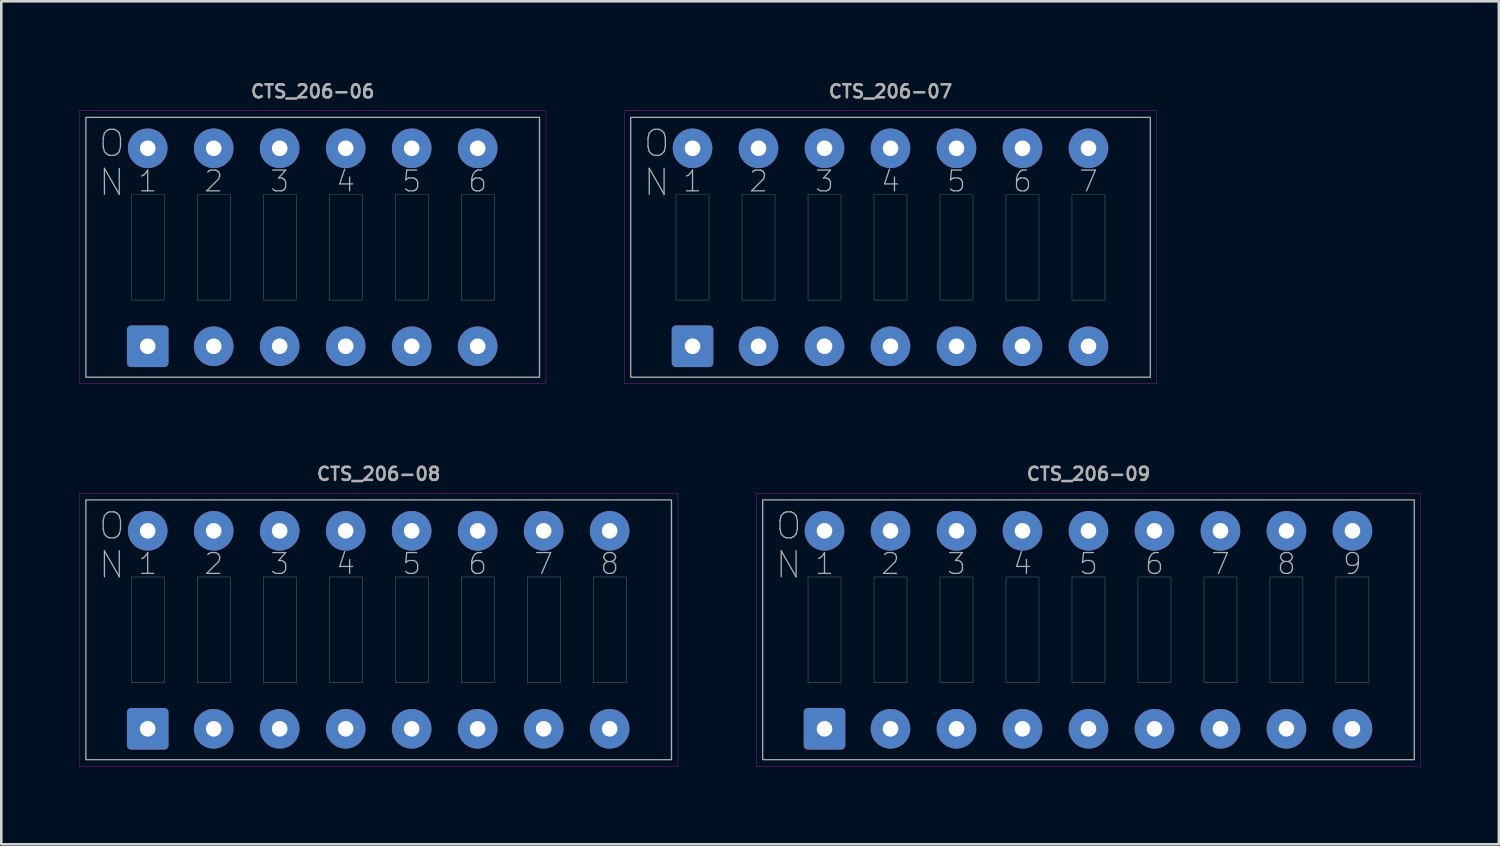
<source format=kicad_pcb>
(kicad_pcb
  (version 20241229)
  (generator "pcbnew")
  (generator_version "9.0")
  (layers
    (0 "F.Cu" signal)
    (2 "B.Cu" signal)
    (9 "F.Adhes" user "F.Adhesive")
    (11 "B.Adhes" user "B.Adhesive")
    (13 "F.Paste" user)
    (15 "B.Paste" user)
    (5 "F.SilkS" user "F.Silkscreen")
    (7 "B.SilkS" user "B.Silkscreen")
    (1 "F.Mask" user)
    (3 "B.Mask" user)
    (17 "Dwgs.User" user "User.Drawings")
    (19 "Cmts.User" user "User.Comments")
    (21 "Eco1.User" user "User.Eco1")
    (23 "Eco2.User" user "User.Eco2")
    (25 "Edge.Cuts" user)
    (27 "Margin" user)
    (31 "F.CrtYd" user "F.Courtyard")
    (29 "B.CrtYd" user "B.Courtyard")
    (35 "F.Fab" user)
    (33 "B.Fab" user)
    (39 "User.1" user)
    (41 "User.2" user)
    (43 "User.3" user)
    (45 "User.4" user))
  (footprint "CTS_206-08"
    (layer "F.Cu")
    (at 11.525 21.191)
    (property "Reference" "CTS_206-08" (at 0 -6 0) (layer "F.Fab") (effects (font (size 0.5 0.5) (thickness 0.1))))
    (attr through_hole)
    (fp_rect (start -11.52 -5.25) (end 11.52 5.25) (stroke (width 0.01) (type solid)) (fill no) (layer "F.CrtYd"))
    (fp_line (start -9.525 0) (end -8.255 0) (stroke (width 0.000254) (type solid)) (layer "F.Fab"))
    (fp_line (start -6.985 0) (end -5.715 0) (stroke (width 0.000254) (type solid)) (layer "F.Fab"))
    (fp_line (start -4.445 0) (end -3.175 0) (stroke (width 0.000254) (type solid)) (layer "F.Fab"))
    (fp_line (start -1.905 0) (end -0.635 0) (stroke (width 0.000254) (type solid)) (layer "F.Fab"))
    (fp_line (start 0.635 0) (end 1.905 0) (stroke (width 0.000254) (type solid)) (layer "F.Fab"))
    (fp_line (start 3.175 0) (end 4.445 0) (stroke (width 0.000254) (type solid)) (layer "F.Fab"))
    (fp_line (start 5.715 0) (end 6.985 0) (stroke (width 0.000254) (type solid)) (layer "F.Fab"))
    (fp_line (start 8.255 0) (end 9.525 0) (stroke (width 0.000254) (type solid)) (layer "F.Fab"))
    (fp_rect (start -11.27 -5) (end 11.27 5) (stroke (width 0.05) (type solid)) (fill no) (layer "F.Fab"))
    (fp_rect (start -9.525 -2.032) (end -8.255 2.032) (stroke (width 0.01) (type solid)) (fill no) (layer "F.Fab"))
    (fp_rect (start -6.985 -2.032) (end -5.715 2.032) (stroke (width 0.01) (type solid)) (fill no) (layer "F.Fab"))
    (fp_rect (start -4.445 -2.032) (end -3.175 2.032) (stroke (width 0.01) (type solid)) (fill no) (layer "F.Fab"))
    (fp_rect (start -1.905 -2.032) (end -0.635 2.032) (stroke (width 0.01) (type solid)) (fill no) (layer "F.Fab"))
    (fp_rect (start 0.635 -2.032) (end 1.905 2.032) (stroke (width 0.01) (type solid)) (fill no) (layer "F.Fab"))
    (fp_rect (start 3.175 -2.032) (end 4.445 2.032) (stroke (width 0.01) (type solid)) (fill no) (layer "F.Fab"))
    (fp_rect (start 5.715 -2.032) (end 6.985 2.032) (stroke (width 0.01) (type solid)) (fill no) (layer "F.Fab"))
    (fp_rect (start 8.255 -2.032) (end 9.525 2.032) (stroke (width 0.01) (type solid)) (fill no) (layer "F.Fab"))
    (fp_text user "N" (at -10.27 -2.5 0) (unlocked yes) (layer "F.Fab") (effects (font (size 1 1) (thickness 0.05))))
    (fp_text user "2" (at -6.35 -2.54 0) (unlocked yes) (layer "F.Fab") (effects (font (size 0.8 0.8) (thickness 0.05))))
    (fp_text user "1" (at -8.89 -2.54 0) (unlocked yes) (layer "F.Fab") (effects (font (size 0.8 0.8) (thickness 0.05))))
    (fp_text user "3" (at -3.81 -2.54 0) (unlocked yes) (layer "F.Fab") (effects (font (size 0.8 0.8) (thickness 0.05))))
    (fp_text user "8" (at 8.89 -2.54 0) (unlocked yes) (layer "F.Fab") (effects (font (size 0.8 0.8) (thickness 0.05))))
    (fp_text user "O" (at -10.27 -4 0) (unlocked yes) (layer "F.Fab") (effects (font (size 1 1) (thickness 0.05))))
    (fp_text user "6" (at 3.81 -2.54 0) (unlocked yes) (layer "F.Fab") (effects (font (size 0.8 0.8) (thickness 0.05))))
    (fp_text user "5" (at 1.27 -2.54 0) (unlocked yes) (layer "F.Fab") (effects (font (size 0.8 0.8) (thickness 0.05))))
    (fp_text user "7" (at 6.35 -2.54 0) (unlocked yes) (layer "F.Fab") (effects (font (size 0.8 0.8) (thickness 0.05))))
    (fp_text user "4" (at -1.27 -2.54 0) (unlocked yes) (layer "F.Fab") (effects (font (size 0.8 0.8) (thickness 0.05))))
    (pad "1" thru_hole roundrect (at -8.89 3.81) (size 1.6 1.6) (drill 0.6) (layers "*.Cu" "*.Mask") (roundrect_rratio 0.1))
    (pad "2" thru_hole circle (at -6.35 3.81) (size 1.524 1.524) (drill 0.6) (layers "*.Cu" "*.Mask"))
    (pad "3" thru_hole circle (at -3.81 3.81) (size 1.524 1.524) (drill 0.6) (layers "*.Cu" "*.Mask"))
    (pad "4" thru_hole circle (at -1.27 3.81) (size 1.524 1.524) (drill 0.6) (layers "*.Cu" "*.Mask"))
    (pad "5" thru_hole circle (at 1.27 3.81) (size 1.524 1.524) (drill 0.6) (layers "*.Cu" "*.Mask"))
    (pad "6" thru_hole circle (at 3.81 3.81) (size 1.524 1.524) (drill 0.6) (layers "*.Cu" "*.Mask"))
    (pad "7" thru_hole circle (at 6.35 3.81) (size 1.524 1.524) (drill 0.6) (layers "*.Cu" "*.Mask"))
    (pad "8" thru_hole circle (at 8.89 3.81) (size 1.524 1.524) (drill 0.6) (layers "*.Cu" "*.Mask"))
    (pad "9" thru_hole circle (at 8.89 -3.81) (size 1.524 1.524) (drill 0.6) (layers "*.Cu" "*.Mask"))
    (pad "10" thru_hole circle (at 6.35 -3.81) (size 1.524 1.524) (drill 0.6) (layers "*.Cu" "*.Mask"))
    (pad "11" thru_hole circle (at 3.81 -3.81) (size 1.524 1.524) (drill 0.6) (layers "*.Cu" "*.Mask"))
    (pad "12" thru_hole circle (at 1.27 -3.81) (size 1.524 1.524) (drill 0.6) (layers "*.Cu" "*.Mask"))
    (pad "13" thru_hole circle (at -1.27 -3.81) (size 1.524 1.524) (drill 0.6) (layers "*.Cu" "*.Mask"))
    (pad "14" thru_hole circle (at -3.81 -3.81) (size 1.524 1.524) (drill 0.6) (layers "*.Cu" "*.Mask"))
    (pad "15" thru_hole circle (at -6.35 -3.81) (size 1.524 1.524) (drill 0.6) (layers "*.Cu" "*.Mask"))
    (pad "16" thru_hole circle (at -8.89 -3.81) (size 1.524 1.524) (drill 0.6) (layers "*.Cu" "*.Mask")))
  (footprint "CTS_206-06"
    (layer "F.Cu")
    (at 8.985 6.468)
    (property "Reference" "CTS_206-06" (at 0 -6 0) (layer "F.Fab") (effects (font (size 0.5 0.5) (thickness 0.1))))
    (attr through_hole)
    (fp_rect (start -8.98 -5.25) (end 8.98 5.25) (stroke (width 0.01) (type solid)) (fill no) (layer "F.CrtYd"))
    (fp_line (start -6.985 0) (end -5.715 0) (stroke (width 0.000254) (type solid)) (layer "F.Fab"))
    (fp_line (start -4.445 0) (end -3.175 0) (stroke (width 0.000254) (type solid)) (layer "F.Fab"))
    (fp_line (start -1.905 0) (end -0.635 0) (stroke (width 0.000254) (type solid)) (layer "F.Fab"))
    (fp_line (start 0.635 0) (end 1.905 0) (stroke (width 0.000254) (type solid)) (layer "F.Fab"))
    (fp_line (start 3.175 0) (end 4.445 0) (stroke (width 0.000254) (type solid)) (layer "F.Fab"))
    (fp_line (start 5.715 0) (end 6.985 0) (stroke (width 0.000254) (type solid)) (layer "F.Fab"))
    (fp_rect (start -8.73 -5) (end 8.73 5) (stroke (width 0.05) (type solid)) (fill no) (layer "F.Fab"))
    (fp_rect (start -6.985 -2.032) (end -5.715 2.032) (stroke (width 0.01) (type solid)) (fill no) (layer "F.Fab"))
    (fp_rect (start -4.445 -2.032) (end -3.175 2.032) (stroke (width 0.01) (type solid)) (fill no) (layer "F.Fab"))
    (fp_rect (start -1.905 -2.032) (end -0.635 2.032) (stroke (width 0.01) (type solid)) (fill no) (layer "F.Fab"))
    (fp_rect (start 0.635 -2.032) (end 1.905 2.032) (stroke (width 0.01) (type solid)) (fill no) (layer "F.Fab"))
    (fp_rect (start 3.175 -2.032) (end 4.445 2.032) (stroke (width 0.01) (type solid)) (fill no) (layer "F.Fab"))
    (fp_rect (start 5.715 -2.032) (end 6.985 2.032) (stroke (width 0.01) (type solid)) (fill no) (layer "F.Fab"))
    (fp_text user "2" (at -3.81 -2.54 0) (unlocked yes) (layer "F.Fab") (effects (font (size 0.8 0.8) (thickness 0.05))))
    (fp_text user "5" (at 3.81 -2.54 0) (unlocked yes) (layer "F.Fab") (effects (font (size 0.8 0.8) (thickness 0.05))))
    (fp_text user "1" (at -6.35 -2.54 0) (unlocked yes) (layer "F.Fab") (effects (font (size 0.8 0.8) (thickness 0.05))))
    (fp_text user "4" (at 1.27 -2.54 0) (unlocked yes) (layer "F.Fab") (effects (font (size 0.8 0.8) (thickness 0.05))))
    (fp_text user "6" (at 6.35 -2.54 0) (unlocked yes) (layer "F.Fab") (effects (font (size 0.8 0.8) (thickness 0.05))))
    (fp_text user "O" (at -7.73 -4 0) (unlocked yes) (layer "F.Fab") (effects (font (size 1 1) (thickness 0.05))))
    (fp_text user "3" (at -1.27 -2.54 0) (unlocked yes) (layer "F.Fab") (effects (font (size 0.8 0.8) (thickness 0.05))))
    (fp_text user "N" (at -7.73 -2.5 0) (unlocked yes) (layer "F.Fab") (effects (font (size 1 1) (thickness 0.05))))
    (pad "1" thru_hole roundrect (at -6.35 3.81) (size 1.6 1.6) (drill 0.6) (layers "*.Cu" "*.Mask") (roundrect_rratio 0.1))
    (pad "2" thru_hole circle (at -3.81 3.81) (size 1.524 1.524) (drill 0.6) (layers "*.Cu" "*.Mask"))
    (pad "3" thru_hole circle (at -1.27 3.81) (size 1.524 1.524) (drill 0.6) (layers "*.Cu" "*.Mask"))
    (pad "4" thru_hole circle (at 1.27 3.81) (size 1.524 1.524) (drill 0.6) (layers "*.Cu" "*.Mask"))
    (pad "5" thru_hole circle (at 3.81 3.81) (size 1.524 1.524) (drill 0.6) (layers "*.Cu" "*.Mask"))
    (pad "6" thru_hole circle (at 6.35 3.81) (size 1.524 1.524) (drill 0.6) (layers "*.Cu" "*.Mask"))
    (pad "7" thru_hole circle (at 6.35 -3.81) (size 1.524 1.524) (drill 0.6) (layers "*.Cu" "*.Mask"))
    (pad "8" thru_hole circle (at 3.81 -3.81) (size 1.524 1.524) (drill 0.6) (layers "*.Cu" "*.Mask"))
    (pad "9" thru_hole circle (at 1.27 -3.81) (size 1.524 1.524) (drill 0.6) (layers "*.Cu" "*.Mask"))
    (pad "10" thru_hole circle (at -1.27 -3.81) (size 1.524 1.524) (drill 0.6) (layers "*.Cu" "*.Mask"))
    (pad "11" thru_hole circle (at -3.81 -3.81) (size 1.524 1.524) (drill 0.6) (layers "*.Cu" "*.Mask"))
    (pad "12" thru_hole circle (at -6.35 -3.81) (size 1.524 1.524) (drill 0.6) (layers "*.Cu" "*.Mask")))
  (footprint "CTS_206-07"
    (layer "F.Cu")
    (at 31.225 6.468)
    (property "Reference" "CTS_206-07" (at 0 -6 0) (layer "F.Fab") (effects (font (size 0.5 0.5) (thickness 0.1))))
    (attr through_hole)
    (fp_rect (start -10.25 -5.25) (end 10.25 5.25) (stroke (width 0.01) (type solid)) (fill no) (layer "F.CrtYd"))
    (fp_line (start -8.255 0) (end -6.985 0) (stroke (width 0.000254) (type solid)) (layer "F.Fab"))
    (fp_line (start -5.715 0) (end -4.445 0) (stroke (width 0.000254) (type solid)) (layer "F.Fab"))
    (fp_line (start -3.175 0) (end -1.905 0) (stroke (width 0.000254) (type solid)) (layer "F.Fab"))
    (fp_line (start -0.635 0) (end 0.635 0) (stroke (width 0.000254) (type solid)) (layer "F.Fab"))
    (fp_line (start 1.905 0) (end 3.175 0) (stroke (width 0.000254) (type solid)) (layer "F.Fab"))
    (fp_line (start 4.445 0) (end 5.715 0) (stroke (width 0.000254) (type solid)) (layer "F.Fab"))
    (fp_line (start 6.985 0) (end 8.255 0) (stroke (width 0.000254) (type solid)) (layer "F.Fab"))
    (fp_rect (start -10 -5) (end 10 5) (stroke (width 0.05) (type solid)) (fill no) (layer "F.Fab"))
    (fp_rect (start -8.255 -2.032) (end -6.985 2.032) (stroke (width 0.01) (type solid)) (fill no) (layer "F.Fab"))
    (fp_rect (start -5.715 -2.032) (end -4.445 2.032) (stroke (width 0.01) (type solid)) (fill no) (layer "F.Fab"))
    (fp_rect (start -3.175 -2.032) (end -1.905 2.032) (stroke (width 0.01) (type solid)) (fill no) (layer "F.Fab"))
    (fp_rect (start -0.635 -2.032) (end 0.635 2.032) (stroke (width 0.01) (type solid)) (fill no) (layer "F.Fab"))
    (fp_rect (start 1.905 -2.032) (end 3.175 2.032) (stroke (width 0.01) (type solid)) (fill no) (layer "F.Fab"))
    (fp_rect (start 4.445 -2.032) (end 5.715 2.032) (stroke (width 0.01) (type solid)) (fill no) (layer "F.Fab"))
    (fp_rect (start 6.985 -2.032) (end 8.255 2.032) (stroke (width 0.01) (type solid)) (fill no) (layer "F.Fab"))
    (fp_text user "4" (at 0 -2.54 0) (unlocked yes) (layer "F.Fab") (effects (font (size 0.8 0.8) (thickness 0.05))))
    (fp_text user "O" (at -9 -4 0) (unlocked yes) (layer "F.Fab") (effects (font (size 1 1) (thickness 0.05))))
    (fp_text user "5" (at 2.54 -2.54 0) (unlocked yes) (layer "F.Fab") (effects (font (size 0.8 0.8) (thickness 0.05))))
    (fp_text user "3" (at -2.54 -2.54 0) (unlocked yes) (layer "F.Fab") (effects (font (size 0.8 0.8) (thickness 0.05))))
    (fp_text user "2" (at -5.08 -2.54 0) (unlocked yes) (layer "F.Fab") (effects (font (size 0.8 0.8) (thickness 0.05))))
    (fp_text user "1" (at -7.62 -2.54 0) (unlocked yes) (layer "F.Fab") (effects (font (size 0.8 0.8) (thickness 0.05))))
    (fp_text user "6" (at 5.08 -2.54 0) (unlocked yes) (layer "F.Fab") (effects (font (size 0.8 0.8) (thickness 0.05))))
    (fp_text user "7" (at 7.62 -2.54 0) (unlocked yes) (layer "F.Fab") (effects (font (size 0.8 0.8) (thickness 0.05))))
    (fp_text user "N" (at -9 -2.5 0) (unlocked yes) (layer "F.Fab") (effects (font (size 1 1) (thickness 0.05))))
    (pad "1" thru_hole roundrect (at -7.62 3.81) (size 1.6 1.6) (drill 0.6) (layers "*.Cu" "*.Mask") (roundrect_rratio 0.1))
    (pad "2" thru_hole circle (at -5.08 3.81) (size 1.524 1.524) (drill 0.6) (layers "*.Cu" "*.Mask"))
    (pad "3" thru_hole circle (at -2.54 3.81) (size 1.524 1.524) (drill 0.6) (layers "*.Cu" "*.Mask"))
    (pad "4" thru_hole circle (at 0 3.81) (size 1.524 1.524) (drill 0.6) (layers "*.Cu" "*.Mask"))
    (pad "5" thru_hole circle (at 2.54 3.81) (size 1.524 1.524) (drill 0.6) (layers "*.Cu" "*.Mask"))
    (pad "6" thru_hole circle (at 5.08 3.81) (size 1.524 1.524) (drill 0.6) (layers "*.Cu" "*.Mask"))
    (pad "7" thru_hole circle (at 7.62 3.81) (size 1.524 1.524) (drill 0.6) (layers "*.Cu" "*.Mask"))
    (pad "8" thru_hole circle (at 7.62 -3.81) (size 1.524 1.524) (drill 0.6) (layers "*.Cu" "*.Mask"))
    (pad "9" thru_hole circle (at 5.08 -3.81) (size 1.524 1.524) (drill 0.6) (layers "*.Cu" "*.Mask"))
    (pad "10" thru_hole circle (at 2.54 -3.81) (size 1.524 1.524) (drill 0.6) (layers "*.Cu" "*.Mask"))
    (pad "11" thru_hole circle (at 0 -3.81) (size 1.524 1.524) (drill 0.6) (layers "*.Cu" "*.Mask"))
    (pad "12" thru_hole circle (at -2.54 -3.81) (size 1.524 1.524) (drill 0.6) (layers "*.Cu" "*.Mask"))
    (pad "13" thru_hole circle (at -5.08 -3.81) (size 1.524 1.524) (drill 0.6) (layers "*.Cu" "*.Mask"))
    (pad "14" thru_hole circle (at -7.62 -3.81) (size 1.524 1.524) (drill 0.6) (layers "*.Cu" "*.Mask")))
  (footprint "CTS_206-09"
    (layer "F.Cu")
    (at 38.845 21.191)
    (property "Reference" "CTS_206-09" (at 0 -6 0) (layer "F.Fab") (effects (font (size 0.5 0.5) (thickness 0.1))))
    (attr through_hole)
    (fp_rect (start -12.79 -5.25) (end 12.79 5.25) (stroke (width 0.01) (type solid)) (fill no) (layer "F.CrtYd"))
    (fp_line (start -10.795 0) (end -9.525 0) (stroke (width 0.000254) (type solid)) (layer "F.Fab"))
    (fp_line (start -8.255 0) (end -6.985 0) (stroke (width 0.000254) (type solid)) (layer "F.Fab"))
    (fp_line (start -5.715 0) (end -4.445 0) (stroke (width 0.000254) (type solid)) (layer "F.Fab"))
    (fp_line (start -3.175 0) (end -1.905 0) (stroke (width 0.000254) (type solid)) (layer "F.Fab"))
    (fp_line (start -0.635 0) (end 0.635 0) (stroke (width 0.000254) (type solid)) (layer "F.Fab"))
    (fp_line (start 1.905 0) (end 3.175 0) (stroke (width 0.000254) (type solid)) (layer "F.Fab"))
    (fp_line (start 4.445 0) (end 5.715 0) (stroke (width 0.000254) (type solid)) (layer "F.Fab"))
    (fp_line (start 6.985 0) (end 8.255 0) (stroke (width 0.000254) (type solid)) (layer "F.Fab"))
    (fp_line (start 9.525 0) (end 10.795 0) (stroke (width 0.000254) (type solid)) (layer "F.Fab"))
    (fp_rect (start -12.54 -5) (end 12.54 5) (stroke (width 0.05) (type solid)) (fill no) (layer "F.Fab"))
    (fp_rect (start -10.795 -2.032) (end -9.525 2.032) (stroke (width 0.01) (type solid)) (fill no) (layer "F.Fab"))
    (fp_rect (start -8.255 -2.032) (end -6.985 2.032) (stroke (width 0.01) (type solid)) (fill no) (layer "F.Fab"))
    (fp_rect (start -5.715 -2.032) (end -4.445 2.032) (stroke (width 0.01) (type solid)) (fill no) (layer "F.Fab"))
    (fp_rect (start -3.175 -2.032) (end -1.905 2.032) (stroke (width 0.01) (type solid)) (fill no) (layer "F.Fab"))
    (fp_rect (start -0.635 -2.032) (end 0.635 2.032) (stroke (width 0.01) (type solid)) (fill no) (layer "F.Fab"))
    (fp_rect (start 1.905 -2.032) (end 3.175 2.032) (stroke (width 0.01) (type solid)) (fill no) (layer "F.Fab"))
    (fp_rect (start 4.445 -2.032) (end 5.715 2.032) (stroke (width 0.01) (type solid)) (fill no) (layer "F.Fab"))
    (fp_rect (start 6.985 -2.032) (end 8.255 2.032) (stroke (width 0.01) (type solid)) (fill no) (layer "F.Fab"))
    (fp_rect (start 9.525 -2.032) (end 10.795 2.032) (stroke (width 0.01) (type solid)) (fill no) (layer "F.Fab"))
    (fp_text user "4" (at -2.54 -2.54 0) (unlocked yes) (layer "F.Fab") (effects (font (size 0.8 0.8) (thickness 0.05))))
    (fp_text user "7" (at 5.08 -2.54 0) (unlocked yes) (layer "F.Fab") (effects (font (size 0.8 0.8) (thickness 0.05))))
    (fp_text user "N" (at -11.54 -2.5 0) (unlocked yes) (layer "F.Fab") (effects (font (size 1 1) (thickness 0.05))))
    (fp_text user "O" (at -11.54 -4 0) (unlocked yes) (layer "F.Fab") (effects (font (size 1 1) (thickness 0.05))))
    (fp_text user "9" (at 10.16 -2.54 0) (unlocked yes) (layer "F.Fab") (effects (font (size 0.8 0.8) (thickness 0.05))))
    (fp_text user "8" (at 7.62 -2.54 0) (unlocked yes) (layer "F.Fab") (effects (font (size 0.8 0.8) (thickness 0.05))))
    (fp_text user "1" (at -10.16 -2.54 0) (unlocked yes) (layer "F.Fab") (effects (font (size 0.8 0.8) (thickness 0.05))))
    (fp_text user "2" (at -7.62 -2.54 0) (unlocked yes) (layer "F.Fab") (effects (font (size 0.8 0.8) (thickness 0.05))))
    (fp_text user "5" (at 0 -2.54 0) (unlocked yes) (layer "F.Fab") (effects (font (size 0.8 0.8) (thickness 0.05))))
    (fp_text user "6" (at 2.54 -2.54 0) (unlocked yes) (layer "F.Fab") (effects (font (size 0.8 0.8) (thickness 0.05))))
    (fp_text user "3" (at -5.08 -2.54 0) (unlocked yes) (layer "F.Fab") (effects (font (size 0.8 0.8) (thickness 0.05))))
    (pad "1" thru_hole roundrect (at -10.16 3.81) (size 1.6 1.6) (drill 0.6) (layers "*.Cu" "*.Mask") (roundrect_rratio 0.1))
    (pad "2" thru_hole circle (at -7.62 3.81) (size 1.524 1.524) (drill 0.6) (layers "*.Cu" "*.Mask"))
    (pad "3" thru_hole circle (at -5.08 3.81) (size 1.524 1.524) (drill 0.6) (layers "*.Cu" "*.Mask"))
    (pad "4" thru_hole circle (at -2.54 3.81) (size 1.524 1.524) (drill 0.6) (layers "*.Cu" "*.Mask"))
    (pad "5" thru_hole circle (at 0 3.81) (size 1.524 1.524) (drill 0.6) (layers "*.Cu" "*.Mask"))
    (pad "6" thru_hole circle (at 2.54 3.81) (size 1.524 1.524) (drill 0.6) (layers "*.Cu" "*.Mask"))
    (pad "7" thru_hole circle (at 5.08 3.81) (size 1.524 1.524) (drill 0.6) (layers "*.Cu" "*.Mask"))
    (pad "8" thru_hole circle (at 7.62 3.81) (size 1.524 1.524) (drill 0.6) (layers "*.Cu" "*.Mask"))
    (pad "9" thru_hole circle (at 10.16 3.81) (size 1.524 1.524) (drill 0.6) (layers "*.Cu" "*.Mask"))
    (pad "10" thru_hole circle (at 10.16 -3.81) (size 1.524 1.524) (drill 0.6) (layers "*.Cu" "*.Mask"))
    (pad "11" thru_hole circle (at 7.62 -3.81) (size 1.524 1.524) (drill 0.6) (layers "*.Cu" "*.Mask"))
    (pad "12" thru_hole circle (at 5.08 -3.81) (size 1.524 1.524) (drill 0.6) (layers "*.Cu" "*.Mask"))
    (pad "13" thru_hole circle (at 2.54 -3.81) (size 1.524 1.524) (drill 0.6) (layers "*.Cu" "*.Mask"))
    (pad "14" thru_hole circle (at 0 -3.81) (size 1.524 1.524) (drill 0.6) (layers "*.Cu" "*.Mask"))
    (pad "15" thru_hole circle (at -2.54 -3.81) (size 1.524 1.524) (drill 0.6) (layers "*.Cu" "*.Mask"))
    (pad "16" thru_hole circle (at -5.08 -3.81) (size 1.524 1.524) (drill 0.6) (layers "*.Cu" "*.Mask"))
    (pad "17" thru_hole circle (at -7.62 -3.81) (size 1.524 1.524) (drill 0.6) (layers "*.Cu" "*.Mask"))
    (pad "18" thru_hole circle (at -10.16 -3.81) (size 1.524 1.524) (drill 0.6) (layers "*.Cu" "*.Mask")))
  (gr_rect
    (start -3 -3)
    (end 54.64 29.446)
    (stroke (width 0.1) (type default))
    (fill no)
    (layer "Edge.Cuts")))
</source>
